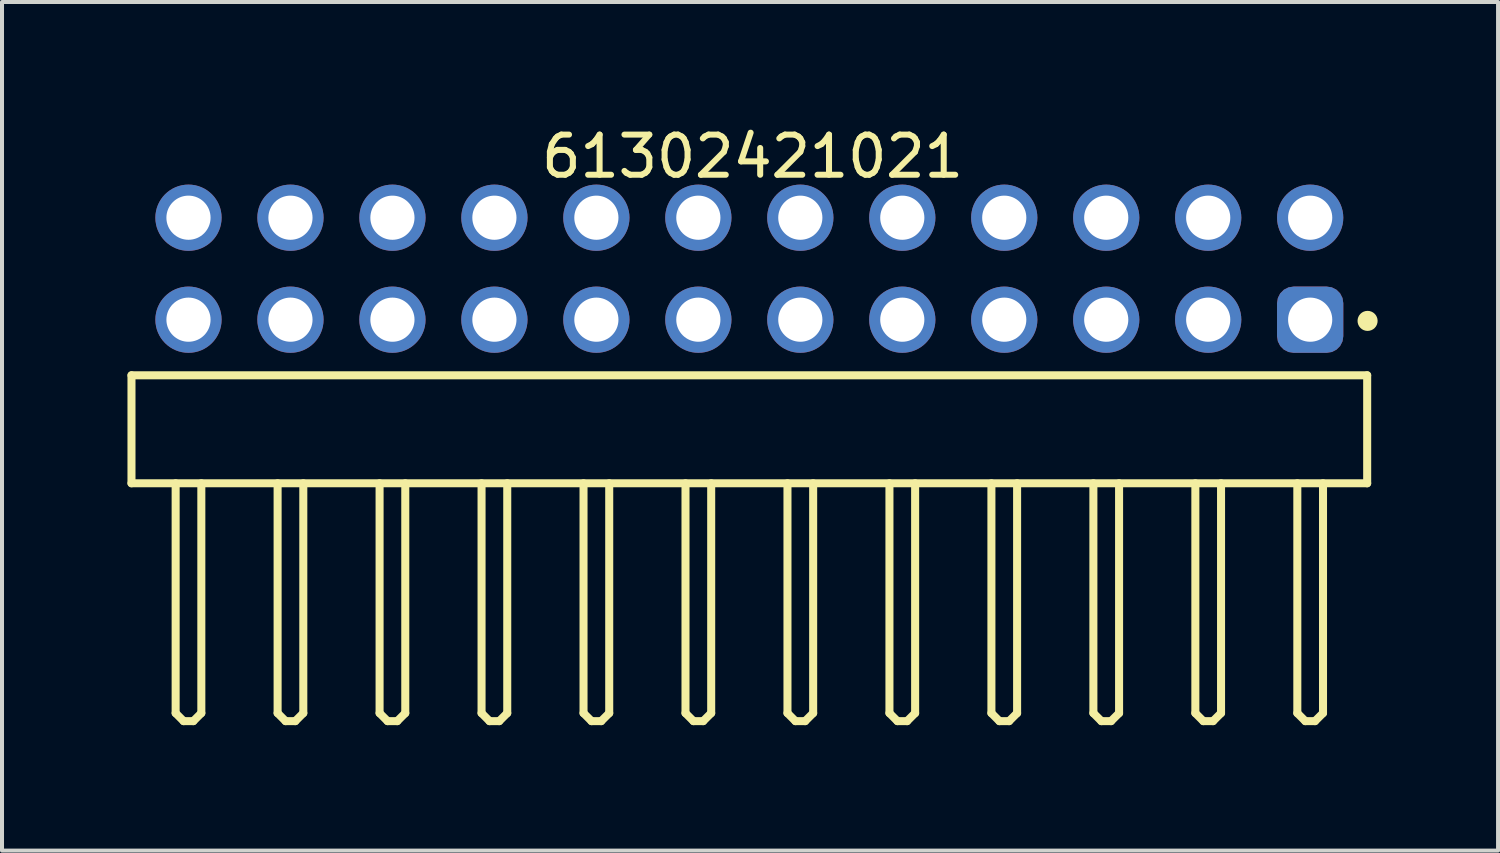
<source format=kicad_pcb>
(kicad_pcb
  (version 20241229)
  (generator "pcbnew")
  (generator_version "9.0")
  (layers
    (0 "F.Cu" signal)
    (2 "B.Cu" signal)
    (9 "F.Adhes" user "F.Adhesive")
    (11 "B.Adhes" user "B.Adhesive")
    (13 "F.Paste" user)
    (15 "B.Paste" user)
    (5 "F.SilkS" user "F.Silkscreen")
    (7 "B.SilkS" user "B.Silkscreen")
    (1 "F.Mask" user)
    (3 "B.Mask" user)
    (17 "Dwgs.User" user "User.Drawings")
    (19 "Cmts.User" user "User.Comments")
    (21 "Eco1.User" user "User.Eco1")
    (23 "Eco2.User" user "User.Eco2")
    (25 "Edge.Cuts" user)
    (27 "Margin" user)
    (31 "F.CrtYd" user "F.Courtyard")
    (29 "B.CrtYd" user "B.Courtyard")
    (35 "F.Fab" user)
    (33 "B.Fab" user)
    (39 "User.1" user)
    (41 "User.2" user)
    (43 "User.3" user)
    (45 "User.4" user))
  (footprint "61302421021"
    (layer "F.Cu")
    (at 15.615 7.643)
    (property "Reference" "61302421021" (at 0.08 -6.795 0) (layer "F.SilkS") (effects (font (size 1 1) (thickness 0.15))))
    (fp_line (start -15.39 -1.345) (end 15.39 -1.345) (stroke (width 0.2) (type solid)) (layer "F.SilkS"))
    (fp_line (start -15.39 1.345) (end -15.39 -1.345) (stroke (width 0.2) (type solid)) (layer "F.SilkS"))
    (fp_line (start -15.39 1.345) (end 15.39 1.345) (stroke (width 0.2) (type solid)) (layer "F.SilkS"))
    (fp_line (start -14.29 7.07) (end -14.29 1.345) (stroke (width 0.2) (type solid)) (layer "F.SilkS"))
    (fp_line (start -14.29 7.07) (end -14.09 7.27) (stroke (width 0.2) (type solid)) (layer "F.SilkS"))
    (fp_line (start -14.09 7.27) (end -13.85 7.27) (stroke (width 0.2) (type solid)) (layer "F.SilkS"))
    (fp_line (start -13.85 7.27) (end -13.65 7.07) (stroke (width 0.2) (type solid)) (layer "F.SilkS"))
    (fp_line (start -13.65 7.07) (end -13.65 1.345) (stroke (width 0.2) (type solid)) (layer "F.SilkS"))
    (fp_line (start -11.75 7.07) (end -11.75 1.345) (stroke (width 0.2) (type solid)) (layer "F.SilkS"))
    (fp_line (start -11.75 7.07) (end -11.55 7.27) (stroke (width 0.2) (type solid)) (layer "F.SilkS"))
    (fp_line (start -11.55 7.27) (end -11.31 7.27) (stroke (width 0.2) (type solid)) (layer "F.SilkS"))
    (fp_line (start -11.31 7.27) (end -11.11 7.07) (stroke (width 0.2) (type solid)) (layer "F.SilkS"))
    (fp_line (start -11.11 7.07) (end -11.11 1.345) (stroke (width 0.2) (type solid)) (layer "F.SilkS"))
    (fp_line (start -9.21 7.07) (end -9.21 1.345) (stroke (width 0.2) (type solid)) (layer "F.SilkS"))
    (fp_line (start -9.21 7.07) (end -9.01 7.27) (stroke (width 0.2) (type solid)) (layer "F.SilkS"))
    (fp_line (start -9.01 7.27) (end -8.77 7.27) (stroke (width 0.2) (type solid)) (layer "F.SilkS"))
    (fp_line (start -8.77 7.27) (end -8.57 7.07) (stroke (width 0.2) (type solid)) (layer "F.SilkS"))
    (fp_line (start -8.57 7.07) (end -8.57 1.345) (stroke (width 0.2) (type solid)) (layer "F.SilkS"))
    (fp_line (start -6.67 7.07) (end -6.67 1.345) (stroke (width 0.2) (type solid)) (layer "F.SilkS"))
    (fp_line (start -6.67 7.07) (end -6.47 7.27) (stroke (width 0.2) (type solid)) (layer "F.SilkS"))
    (fp_line (start -6.47 7.27) (end -6.23 7.27) (stroke (width 0.2) (type solid)) (layer "F.SilkS"))
    (fp_line (start -6.23 7.27) (end -6.03 7.07) (stroke (width 0.2) (type solid)) (layer "F.SilkS"))
    (fp_line (start -6.03 7.07) (end -6.03 1.345) (stroke (width 0.2) (type solid)) (layer "F.SilkS"))
    (fp_line (start -4.13 7.07) (end -4.13 1.345) (stroke (width 0.2) (type solid)) (layer "F.SilkS"))
    (fp_line (start -4.13 7.07) (end -3.93 7.27) (stroke (width 0.2) (type solid)) (layer "F.SilkS"))
    (fp_line (start -3.93 7.27) (end -3.69 7.27) (stroke (width 0.2) (type solid)) (layer "F.SilkS"))
    (fp_line (start -3.69 7.27) (end -3.49 7.07) (stroke (width 0.2) (type solid)) (layer "F.SilkS"))
    (fp_line (start -3.49 7.07) (end -3.49 1.345) (stroke (width 0.2) (type solid)) (layer "F.SilkS"))
    (fp_line (start -1.59 7.07) (end -1.59 1.345) (stroke (width 0.2) (type solid)) (layer "F.SilkS"))
    (fp_line (start -1.59 7.07) (end -1.39 7.27) (stroke (width 0.2) (type solid)) (layer "F.SilkS"))
    (fp_line (start -1.39 7.27) (end -1.15 7.27) (stroke (width 0.2) (type solid)) (layer "F.SilkS"))
    (fp_line (start -1.15 7.27) (end -0.95 7.07) (stroke (width 0.2) (type solid)) (layer "F.SilkS"))
    (fp_line (start -0.95 7.07) (end -0.95 1.345) (stroke (width 0.2) (type solid)) (layer "F.SilkS"))
    (fp_line (start 0.95 7.07) (end 0.95 1.345) (stroke (width 0.2) (type solid)) (layer "F.SilkS"))
    (fp_line (start 0.95 7.07) (end 1.15 7.27) (stroke (width 0.2) (type solid)) (layer "F.SilkS"))
    (fp_line (start 1.15 7.27) (end 1.39 7.27) (stroke (width 0.2) (type solid)) (layer "F.SilkS"))
    (fp_line (start 1.39 7.27) (end 1.59 7.07) (stroke (width 0.2) (type solid)) (layer "F.SilkS"))
    (fp_line (start 1.59 7.07) (end 1.59 1.345) (stroke (width 0.2) (type solid)) (layer "F.SilkS"))
    (fp_line (start 3.49 7.07) (end 3.49 1.345) (stroke (width 0.2) (type solid)) (layer "F.SilkS"))
    (fp_line (start 3.49 7.07) (end 3.69 7.27) (stroke (width 0.2) (type solid)) (layer "F.SilkS"))
    (fp_line (start 3.69 7.27) (end 3.93 7.27) (stroke (width 0.2) (type solid)) (layer "F.SilkS"))
    (fp_line (start 3.93 7.27) (end 4.13 7.07) (stroke (width 0.2) (type solid)) (layer "F.SilkS"))
    (fp_line (start 4.13 7.07) (end 4.13 1.345) (stroke (width 0.2) (type solid)) (layer "F.SilkS"))
    (fp_line (start 6.03 7.07) (end 6.03 1.345) (stroke (width 0.2) (type solid)) (layer "F.SilkS"))
    (fp_line (start 6.03 7.07) (end 6.23 7.27) (stroke (width 0.2) (type solid)) (layer "F.SilkS"))
    (fp_line (start 6.23 7.27) (end 6.47 7.27) (stroke (width 0.2) (type solid)) (layer "F.SilkS"))
    (fp_line (start 6.47 7.27) (end 6.67 7.07) (stroke (width 0.2) (type solid)) (layer "F.SilkS"))
    (fp_line (start 6.67 7.07) (end 6.67 1.345) (stroke (width 0.2) (type solid)) (layer "F.SilkS"))
    (fp_line (start 8.57 7.07) (end 8.57 1.345) (stroke (width 0.2) (type solid)) (layer "F.SilkS"))
    (fp_line (start 8.57 7.07) (end 8.77 7.27) (stroke (width 0.2) (type solid)) (layer "F.SilkS"))
    (fp_line (start 8.77 7.27) (end 9.01 7.27) (stroke (width 0.2) (type solid)) (layer "F.SilkS"))
    (fp_line (start 9.01 7.27) (end 9.21 7.07) (stroke (width 0.2) (type solid)) (layer "F.SilkS"))
    (fp_line (start 9.21 7.07) (end 9.21 1.345) (stroke (width 0.2) (type solid)) (layer "F.SilkS"))
    (fp_line (start 11.11 7.07) (end 11.11 1.345) (stroke (width 0.2) (type solid)) (layer "F.SilkS"))
    (fp_line (start 11.11 7.07) (end 11.31 7.27) (stroke (width 0.2) (type solid)) (layer "F.SilkS"))
    (fp_line (start 11.31 7.27) (end 11.55 7.27) (stroke (width 0.2) (type solid)) (layer "F.SilkS"))
    (fp_line (start 11.55 7.27) (end 11.75 7.07) (stroke (width 0.2) (type solid)) (layer "F.SilkS"))
    (fp_line (start 11.75 7.07) (end 11.75 1.345) (stroke (width 0.2) (type solid)) (layer "F.SilkS"))
    (fp_line (start 13.65 7.07) (end 13.65 1.345) (stroke (width 0.2) (type solid)) (layer "F.SilkS"))
    (fp_line (start 13.65 7.07) (end 13.85 7.27) (stroke (width 0.2) (type solid)) (layer "F.SilkS"))
    (fp_line (start 13.85 7.27) (end 14.09 7.27) (stroke (width 0.2) (type solid)) (layer "F.SilkS"))
    (fp_line (start 14.09 7.27) (end 14.29 7.07) (stroke (width 0.2) (type solid)) (layer "F.SilkS"))
    (fp_line (start 14.29 7.07) (end 14.29 1.345) (stroke (width 0.2) (type solid)) (layer "F.SilkS"))
    (fp_line (start 15.39 1.345) (end 15.39 -1.345) (stroke (width 0.2) (type solid)) (layer "F.SilkS"))
    (fp_circle (center 15.4 -2.7) (end 15.4 -2.825) (stroke (width 0.25) (type solid)) (fill no) (layer "F.SilkS"))
    (fp_line (start -15.59 -6.295) (end 15.59 -6.295) (stroke (width 0.05) (type solid)) (layer "Eco2.User"))
    (fp_line (start -15.59 7.47) (end -15.59 -6.295) (stroke (width 0.05) (type solid)) (layer "Eco2.User"))
    (fp_line (start -15.59 7.47) (end 15.59 7.47) (stroke (width 0.05) (type solid)) (layer "Eco2.User"))
    (fp_line (start -15.24 -1.27) (end 15.24 -1.27) (stroke (width 0.1) (type solid)) (layer "Eco2.User"))
    (fp_line (start -15.24 1.27) (end -15.24 -1.27) (stroke (width 0.1) (type solid)) (layer "Eco2.User"))
    (fp_line (start -15.24 1.27) (end 15.24 1.27) (stroke (width 0.1) (type solid)) (layer "Eco2.User"))
    (fp_line (start -14.29 -5.63) (end -13.65 -5.63) (stroke (width 0.1) (type solid)) (layer "Eco2.User"))
    (fp_line (start -14.29 -3.09) (end -13.65 -3.09) (stroke (width 0.1) (type solid)) (layer "Eco2.User"))
    (fp_line (start -14.29 -1.27) (end -14.29 -5.63) (stroke (width 0.1) (type solid)) (layer "Eco2.User"))
    (fp_line (start -14.29 7.07) (end -14.29 1.27) (stroke (width 0.1) (type solid)) (layer "Eco2.User"))
    (fp_line (start -14.29 7.07) (end -14.09 7.27) (stroke (width 0.1) (type solid)) (layer "Eco2.User"))
    (fp_line (start -14.09 7.27) (end -13.85 7.27) (stroke (width 0.1) (type solid)) (layer "Eco2.User"))
    (fp_line (start -13.85 7.27) (end -13.65 7.07) (stroke (width 0.1) (type solid)) (layer "Eco2.User"))
    (fp_line (start -13.65 -1.27) (end -13.65 -5.63) (stroke (width 0.1) (type solid)) (layer "Eco2.User"))
    (fp_line (start -13.65 7.07) (end -13.65 1.27) (stroke (width 0.1) (type solid)) (layer "Eco2.User"))
    (fp_line (start -11.75 -5.63) (end -11.11 -5.63) (stroke (width 0.1) (type solid)) (layer "Eco2.User"))
    (fp_line (start -11.75 -3.09) (end -11.11 -3.09) (stroke (width 0.1) (type solid)) (layer "Eco2.User"))
    (fp_line (start -11.75 -1.27) (end -11.75 -5.63) (stroke (width 0.1) (type solid)) (layer "Eco2.User"))
    (fp_line (start -11.75 7.07) (end -11.75 1.27) (stroke (width 0.1) (type solid)) (layer "Eco2.User"))
    (fp_line (start -11.75 7.07) (end -11.55 7.27) (stroke (width 0.1) (type solid)) (layer "Eco2.User"))
    (fp_line (start -11.55 7.27) (end -11.31 7.27) (stroke (width 0.1) (type solid)) (layer "Eco2.User"))
    (fp_line (start -11.31 7.27) (end -11.11 7.07) (stroke (width 0.1) (type solid)) (layer "Eco2.User"))
    (fp_line (start -11.11 -1.27) (end -11.11 -5.63) (stroke (width 0.1) (type solid)) (layer "Eco2.User"))
    (fp_line (start -11.11 7.07) (end -11.11 1.27) (stroke (width 0.1) (type solid)) (layer "Eco2.User"))
    (fp_line (start -9.21 -5.63) (end -8.57 -5.63) (stroke (width 0.1) (type solid)) (layer "Eco2.User"))
    (fp_line (start -9.21 -3.09) (end -8.57 -3.09) (stroke (width 0.1) (type solid)) (layer "Eco2.User"))
    (fp_line (start -9.21 -1.27) (end -9.21 -5.63) (stroke (width 0.1) (type solid)) (layer "Eco2.User"))
    (fp_line (start -9.21 7.07) (end -9.21 1.27) (stroke (width 0.1) (type solid)) (layer "Eco2.User"))
    (fp_line (start -9.21 7.07) (end -9.01 7.27) (stroke (width 0.1) (type solid)) (layer "Eco2.User"))
    (fp_line (start -9.01 7.27) (end -8.77 7.27) (stroke (width 0.1) (type solid)) (layer "Eco2.User"))
    (fp_line (start -8.77 7.27) (end -8.57 7.07) (stroke (width 0.1) (type solid)) (layer "Eco2.User"))
    (fp_line (start -8.57 -1.27) (end -8.57 -5.63) (stroke (width 0.1) (type solid)) (layer "Eco2.User"))
    (fp_line (start -8.57 7.07) (end -8.57 1.27) (stroke (width 0.1) (type solid)) (layer "Eco2.User"))
    (fp_line (start -6.67 -5.63) (end -6.03 -5.63) (stroke (width 0.1) (type solid)) (layer "Eco2.User"))
    (fp_line (start -6.67 -3.09) (end -6.03 -3.09) (stroke (width 0.1) (type solid)) (layer "Eco2.User"))
    (fp_line (start -6.67 -1.27) (end -6.67 -5.63) (stroke (width 0.1) (type solid)) (layer "Eco2.User"))
    (fp_line (start -6.67 7.07) (end -6.67 1.27) (stroke (width 0.1) (type solid)) (layer "Eco2.User"))
    (fp_line (start -6.67 7.07) (end -6.47 7.27) (stroke (width 0.1) (type solid)) (layer "Eco2.User"))
    (fp_line (start -6.47 7.27) (end -6.23 7.27) (stroke (width 0.1) (type solid)) (layer "Eco2.User"))
    (fp_line (start -6.23 7.27) (end -6.03 7.07) (stroke (width 0.1) (type solid)) (layer "Eco2.User"))
    (fp_line (start -6.03 -1.27) (end -6.03 -5.63) (stroke (width 0.1) (type solid)) (layer "Eco2.User"))
    (fp_line (start -6.03 7.07) (end -6.03 1.27) (stroke (width 0.1) (type solid)) (layer "Eco2.User"))
    (fp_line (start -4.13 -5.63) (end -3.49 -5.63) (stroke (width 0.1) (type solid)) (layer "Eco2.User"))
    (fp_line (start -4.13 -3.09) (end -3.49 -3.09) (stroke (width 0.1) (type solid)) (layer "Eco2.User"))
    (fp_line (start -4.13 -1.27) (end -4.13 -5.63) (stroke (width 0.1) (type solid)) (layer "Eco2.User"))
    (fp_line (start -4.13 7.07) (end -4.13 1.27) (stroke (width 0.1) (type solid)) (layer "Eco2.User"))
    (fp_line (start -4.13 7.07) (end -3.93 7.27) (stroke (width 0.1) (type solid)) (layer "Eco2.User"))
    (fp_line (start -3.93 7.27) (end -3.69 7.27) (stroke (width 0.1) (type solid)) (layer "Eco2.User"))
    (fp_line (start -3.69 7.27) (end -3.49 7.07) (stroke (width 0.1) (type solid)) (layer "Eco2.User"))
    (fp_line (start -3.49 -1.27) (end -3.49 -5.63) (stroke (width 0.1) (type solid)) (layer "Eco2.User"))
    (fp_line (start -3.49 7.07) (end -3.49 1.27) (stroke (width 0.1) (type solid)) (layer "Eco2.User"))
    (fp_line (start -1.59 -5.63) (end -0.95 -5.63) (stroke (width 0.1) (type solid)) (layer "Eco2.User"))
    (fp_line (start -1.59 -3.09) (end -0.95 -3.09) (stroke (width 0.1) (type solid)) (layer "Eco2.User"))
    (fp_line (start -1.59 -1.27) (end -1.59 -5.63) (stroke (width 0.1) (type solid)) (layer "Eco2.User"))
    (fp_line (start -1.59 7.07) (end -1.59 1.27) (stroke (width 0.1) (type solid)) (layer "Eco2.User"))
    (fp_line (start -1.59 7.07) (end -1.39 7.27) (stroke (width 0.1) (type solid)) (layer "Eco2.User"))
    (fp_line (start -1.39 7.27) (end -1.15 7.27) (stroke (width 0.1) (type solid)) (layer "Eco2.User"))
    (fp_line (start -1.15 7.27) (end -0.95 7.07) (stroke (width 0.1) (type solid)) (layer "Eco2.User"))
    (fp_line (start -0.95 -1.27) (end -0.95 -5.63) (stroke (width 0.1) (type solid)) (layer "Eco2.User"))
    (fp_line (start -0.95 7.07) (end -0.95 1.27) (stroke (width 0.1) (type solid)) (layer "Eco2.User"))
    (fp_line (start -0.5 0) (end 0.5 0) (stroke (width 0.05) (type solid)) (layer "Eco2.User"))
    (fp_line (start 0 0.5) (end 0 -0.5) (stroke (width 0.05) (type solid)) (layer "Eco2.User"))
    (fp_line (start 0.95 -5.63) (end 1.59 -5.63) (stroke (width 0.1) (type solid)) (layer "Eco2.User"))
    (fp_line (start 0.95 -3.09) (end 1.59 -3.09) (stroke (width 0.1) (type solid)) (layer "Eco2.User"))
    (fp_line (start 0.95 -3.09) (end 1.59 -3.09) (stroke (width 0.1) (type solid)) (layer "Eco2.User"))
    (fp_line (start 0.95 -1.27) (end 0.95 -5.63) (stroke (width 0.1) (type solid)) (layer "Eco2.User"))
    (fp_line (start 0.95 7.07) (end 0.95 1.27) (stroke (width 0.1) (type solid)) (layer "Eco2.User"))
    (fp_line (start 0.95 7.07) (end 1.15 7.27) (stroke (width 0.1) (type solid)) (layer "Eco2.User"))
    (fp_line (start 1.15 7.27) (end 1.39 7.27) (stroke (width 0.1) (type solid)) (layer "Eco2.User"))
    (fp_line (start 1.39 7.27) (end 1.59 7.07) (stroke (width 0.1) (type solid)) (layer "Eco2.User"))
    (fp_line (start 1.59 -1.27) (end 1.59 -5.63) (stroke (width 0.1) (type solid)) (layer "Eco2.User"))
    (fp_line (start 1.59 7.07) (end 1.59 1.27) (stroke (width 0.1) (type solid)) (layer "Eco2.User"))
    (fp_line (start 3.49 -5.63) (end 4.13 -5.63) (stroke (width 0.1) (type solid)) (layer "Eco2.User"))
    (fp_line (start 3.49 -3.09) (end 4.13 -3.09) (stroke (width 0.1) (type solid)) (layer "Eco2.User"))
    (fp_line (start 3.49 -1.27) (end 3.49 -5.63) (stroke (width 0.1) (type solid)) (layer "Eco2.User"))
    (fp_line (start 3.49 7.07) (end 3.49 1.27) (stroke (width 0.1) (type solid)) (layer "Eco2.User"))
    (fp_line (start 3.49 7.07) (end 3.69 7.27) (stroke (width 0.1) (type solid)) (layer "Eco2.User"))
    (fp_line (start 3.69 7.27) (end 3.93 7.27) (stroke (width 0.1) (type solid)) (layer "Eco2.User"))
    (fp_line (start 3.93 7.27) (end 4.13 7.07) (stroke (width 0.1) (type solid)) (layer "Eco2.User"))
    (fp_line (start 4.13 -1.27) (end 4.13 -5.63) (stroke (width 0.1) (type solid)) (layer "Eco2.User"))
    (fp_line (start 4.13 7.07) (end 4.13 1.27) (stroke (width 0.1) (type solid)) (layer "Eco2.User"))
    (fp_line (start 6.03 -5.63) (end 6.67 -5.63) (stroke (width 0.1) (type solid)) (layer "Eco2.User"))
    (fp_line (start 6.03 -3.09) (end 6.67 -3.09) (stroke (width 0.1) (type solid)) (layer "Eco2.User"))
    (fp_line (start 6.03 -1.27) (end 6.03 -5.63) (stroke (width 0.1) (type solid)) (layer "Eco2.User"))
    (fp_line (start 6.03 7.07) (end 6.03 1.27) (stroke (width 0.1) (type solid)) (layer "Eco2.User"))
    (fp_line (start 6.03 7.07) (end 6.23 7.27) (stroke (width 0.1) (type solid)) (layer "Eco2.User"))
    (fp_line (start 6.23 7.27) (end 6.47 7.27) (stroke (width 0.1) (type solid)) (layer "Eco2.User"))
    (fp_line (start 6.47 7.27) (end 6.67 7.07) (stroke (width 0.1) (type solid)) (layer "Eco2.User"))
    (fp_line (start 6.67 -1.27) (end 6.67 -5.63) (stroke (width 0.1) (type solid)) (layer "Eco2.User"))
    (fp_line (start 6.67 7.07) (end 6.67 1.27) (stroke (width 0.1) (type solid)) (layer "Eco2.User"))
    (fp_line (start 8.57 -5.63) (end 9.21 -5.63) (stroke (width 0.1) (type solid)) (layer "Eco2.User"))
    (fp_line (start 8.57 -3.09) (end 9.21 -3.09) (stroke (width 0.1) (type solid)) (layer "Eco2.User"))
    (fp_line (start 8.57 -1.27) (end 8.57 -5.63) (stroke (width 0.1) (type solid)) (layer "Eco2.User"))
    (fp_line (start 8.57 7.07) (end 8.57 1.27) (stroke (width 0.1) (type solid)) (layer "Eco2.User"))
    (fp_line (start 8.57 7.07) (end 8.77 7.27) (stroke (width 0.1) (type solid)) (layer "Eco2.User"))
    (fp_line (start 8.77 7.27) (end 9.01 7.27) (stroke (width 0.1) (type solid)) (layer "Eco2.User"))
    (fp_line (start 9.01 7.27) (end 9.21 7.07) (stroke (width 0.1) (type solid)) (layer "Eco2.User"))
    (fp_line (start 9.21 -1.27) (end 9.21 -5.63) (stroke (width 0.1) (type solid)) (layer "Eco2.User"))
    (fp_line (start 9.21 7.07) (end 9.21 1.27) (stroke (width 0.1) (type solid)) (layer "Eco2.User"))
    (fp_line (start 11.11 -5.63) (end 11.75 -5.63) (stroke (width 0.1) (type solid)) (layer "Eco2.User"))
    (fp_line (start 11.11 -3.09) (end 11.75 -3.09) (stroke (width 0.1) (type solid)) (layer "Eco2.User"))
    (fp_line (start 11.11 -1.27) (end 11.11 -5.63) (stroke (width 0.1) (type solid)) (layer "Eco2.User"))
    (fp_line (start 11.11 7.07) (end 11.11 1.27) (stroke (width 0.1) (type solid)) (layer "Eco2.User"))
    (fp_line (start 11.11 7.07) (end 11.31 7.27) (stroke (width 0.1) (type solid)) (layer "Eco2.User"))
    (fp_line (start 11.31 7.27) (end 11.55 7.27) (stroke (width 0.1) (type solid)) (layer "Eco2.User"))
    (fp_line (start 11.55 7.27) (end 11.75 7.07) (stroke (width 0.1) (type solid)) (layer "Eco2.User"))
    (fp_line (start 11.75 -1.27) (end 11.75 -5.63) (stroke (width 0.1) (type solid)) (layer "Eco2.User"))
    (fp_line (start 11.75 7.07) (end 11.75 1.27) (stroke (width 0.1) (type solid)) (layer "Eco2.User"))
    (fp_line (start 13.65 -5.63) (end 14.29 -5.63) (stroke (width 0.1) (type solid)) (layer "Eco2.User"))
    (fp_line (start 13.65 -3.09) (end 14.29 -3.09) (stroke (width 0.1) (type solid)) (layer "Eco2.User"))
    (fp_line (start 13.65 -1.27) (end 13.65 -5.63) (stroke (width 0.1) (type solid)) (layer "Eco2.User"))
    (fp_line (start 13.65 7.07) (end 13.65 1.27) (stroke (width 0.1) (type solid)) (layer "Eco2.User"))
    (fp_line (start 13.65 7.07) (end 13.85 7.27) (stroke (width 0.1) (type solid)) (layer "Eco2.User"))
    (fp_line (start 13.85 7.27) (end 14.09 7.27) (stroke (width 0.1) (type solid)) (layer "Eco2.User"))
    (fp_line (start 14.09 7.27) (end 14.29 7.07) (stroke (width 0.1) (type solid)) (layer "Eco2.User"))
    (fp_line (start 14.29 -1.27) (end 14.29 -5.63) (stroke (width 0.1) (type solid)) (layer "Eco2.User"))
    (fp_line (start 14.29 7.07) (end 14.29 1.27) (stroke (width 0.1) (type solid)) (layer "Eco2.User"))
    (fp_line (start 15.24 1.27) (end 15.24 -1.27) (stroke (width 0.1) (type solid)) (layer "Eco2.User"))
    (fp_line (start 15.59 7.47) (end 15.59 -6.295) (stroke (width 0.05) (type solid)) (layer "Eco2.User"))
    (fp_text user "${REFERENCE}" (at 0.15 -0.197 0) (unlocked yes) (layer "User.3") (effects (font (size 1.5 1.5) (thickness 0.15))))
    (pad "1" thru_hole roundrect (at 13.97 -2.73) (size 1.65 1.65) (drill 1.1) (layers "*.Cu" "*.Mask") (roundrect_rratio 0.25))
    (pad "2" thru_hole circle (at 13.97 -5.27) (size 1.65 1.65) (drill 1.1) (layers "*.Cu" "*.Mask"))
    (pad "3" thru_hole circle (at 11.43 -2.73) (size 1.65 1.65) (drill 1.1) (layers "*.Cu" "*.Mask"))
    (pad "4" thru_hole circle (at 11.43 -5.27) (size 1.65 1.65) (drill 1.1) (layers "*.Cu" "*.Mask"))
    (pad "5" thru_hole circle (at 8.89 -2.73) (size 1.65 1.65) (drill 1.1) (layers "*.Cu" "*.Mask"))
    (pad "6" thru_hole circle (at 8.89 -5.27) (size 1.65 1.65) (drill 1.1) (layers "*.Cu" "*.Mask"))
    (pad "7" thru_hole circle (at 6.35 -2.73) (size 1.65 1.65) (drill 1.1) (layers "*.Cu" "*.Mask"))
    (pad "8" thru_hole circle (at 6.35 -5.27) (size 1.65 1.65) (drill 1.1) (layers "*.Cu" "*.Mask"))
    (pad "9" thru_hole circle (at 3.81 -2.73) (size 1.65 1.65) (drill 1.1) (layers "*.Cu" "*.Mask"))
    (pad "10" thru_hole circle (at 3.81 -5.27) (size 1.65 1.65) (drill 1.1) (layers "*.Cu" "*.Mask"))
    (pad "11" thru_hole circle (at 1.27 -2.73) (size 1.65 1.65) (drill 1.1) (layers "*.Cu" "*.Mask"))
    (pad "12" thru_hole circle (at 1.27 -5.27) (size 1.65 1.65) (drill 1.1) (layers "*.Cu" "*.Mask"))
    (pad "13" thru_hole circle (at -1.27 -2.73) (size 1.65 1.65) (drill 1.1) (layers "*.Cu" "*.Mask"))
    (pad "14" thru_hole circle (at -1.27 -5.27) (size 1.65 1.65) (drill 1.1) (layers "*.Cu" "*.Mask"))
    (pad "15" thru_hole circle (at -3.81 -2.73) (size 1.65 1.65) (drill 1.1) (layers "*.Cu" "*.Mask"))
    (pad "16" thru_hole circle (at -3.81 -5.27) (size 1.65 1.65) (drill 1.1) (layers "*.Cu" "*.Mask"))
    (pad "17" thru_hole circle (at -6.35 -2.73) (size 1.65 1.65) (drill 1.1) (layers "*.Cu" "*.Mask"))
    (pad "18" thru_hole circle (at -6.35 -5.27) (size 1.65 1.65) (drill 1.1) (layers "*.Cu" "*.Mask"))
    (pad "19" thru_hole circle (at -8.89 -2.73) (size 1.65 1.65) (drill 1.1) (layers "*.Cu" "*.Mask"))
    (pad "20" thru_hole circle (at -8.89 -5.27) (size 1.65 1.65) (drill 1.1) (layers "*.Cu" "*.Mask"))
    (pad "21" thru_hole circle (at -11.43 -2.73) (size 1.65 1.65) (drill 1.1) (layers "*.Cu" "*.Mask"))
    (pad "22" thru_hole circle (at -11.43 -5.27) (size 1.65 1.65) (drill 1.1) (layers "*.Cu" "*.Mask"))
    (pad "23" thru_hole circle (at -13.97 -2.73) (size 1.65 1.65) (drill 1.1) (layers "*.Cu" "*.Mask"))
    (pad "24" thru_hole circle (at -13.97 -5.27) (size 1.65 1.65) (drill 1.1) (layers "*.Cu" "*.Mask")))
  (gr_rect
    (start -3 -3)
    (end 34.265 18.138)
    (stroke (width 0.1) (type default))
    (fill no)
    (layer "Edge.Cuts")))
</source>
